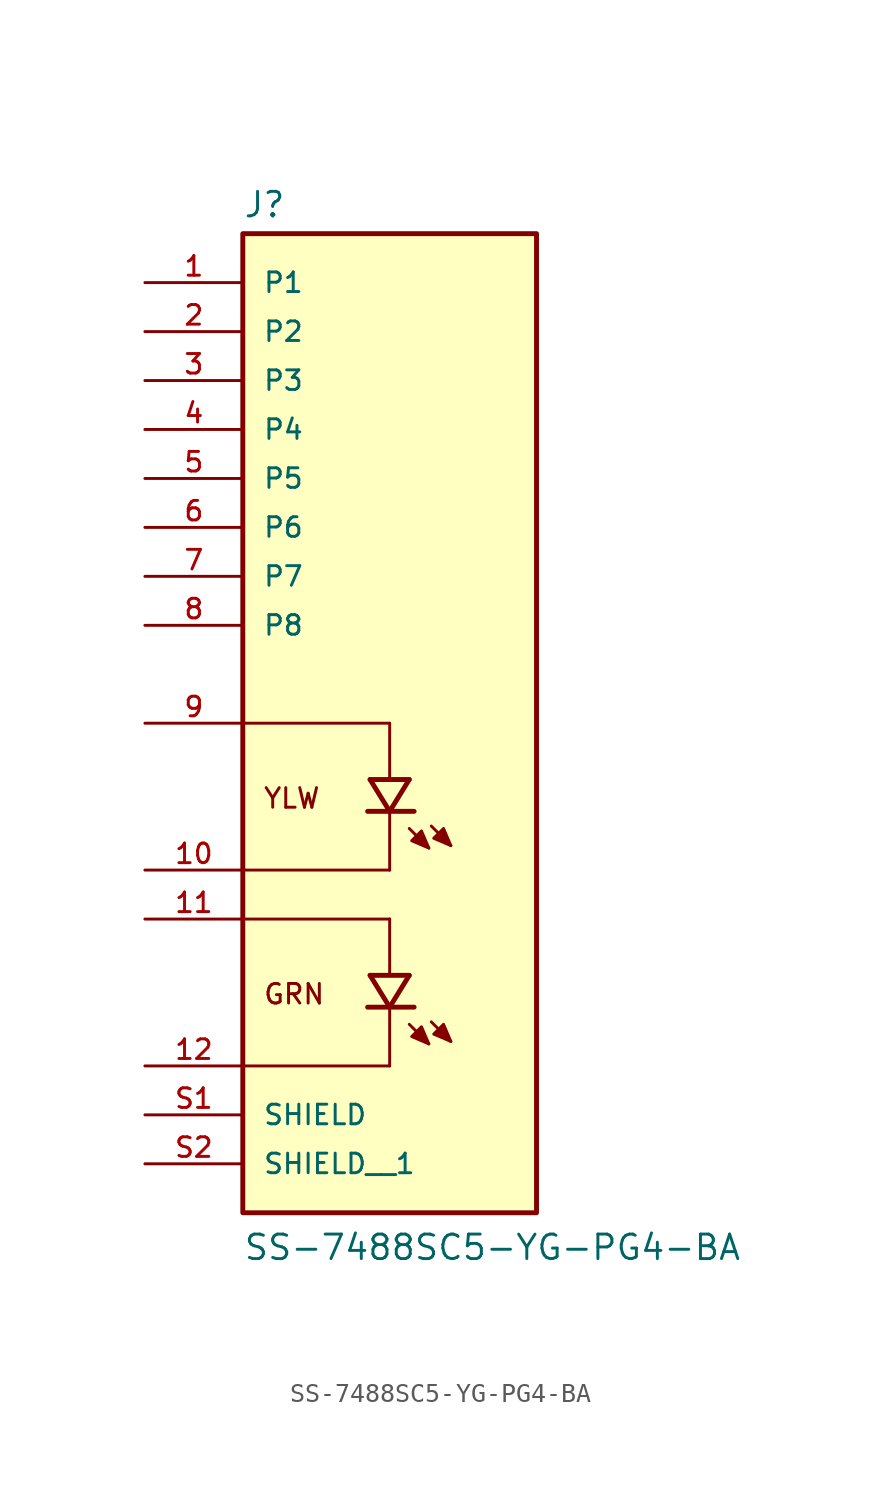
<source format=kicad_sym>
(kicad_symbol_lib
  (version 20211014)
  (generator kicad_symbol_editor)
  (symbol "SS-7488SC5-YG-PG4-BA"
    (pin_names
      (offset 1.016))
    (property "Reference" "J"
      (at -7.62 23.622 0)
      (effects (font (size 1.27 1.27)) (justify bottom left)))
    (property "Value" "SS-7488SC5-YG-PG4-BA"
      (at -7.62 -30.48 0)
      (effects (font (size 1.27 1.27)) (justify bottom left)))
    (symbol "SS-7488SC5-YG-PG4-BA_0_0"
      (polyline (pts (xy -1.016 -5.461) (xy 0.0 -7.112)) (stroke (width 0.254)))
      (polyline (pts (xy 0.0 -7.112) (xy 1.016 -5.461)) (stroke (width 0.254)))
      (polyline (pts (xy -1.143 -7.112) (xy 0.0 -7.112)) (stroke (width 0.254)))
      (polyline (pts (xy 0.0 -7.112) (xy 1.27 -7.112)) (stroke (width 0.254)))
      (polyline (pts (xy -1.016 -5.461) (xy 1.016 -5.461)) (stroke (width 0.254)))
      (polyline (pts (xy 0.0 -2.54) (xy 0.0 -5.334)) (stroke (width 0.152)))
      (polyline (pts (xy 0.0 -7.239) (xy 0.0 -10.16)) (stroke (width 0.152)))
      (polyline (pts (xy 1.016 -8.001) (xy 2.032 -9.017)) (stroke (width 0.152)))
      (polyline (pts (xy 2.159 -7.874) (xy 3.175 -8.89)) (stroke (width 0.152)))
      (polyline (pts (xy 2.032 -9.017) (xy 1.143 -8.636) (xy 1.651 -8.128) (xy 2.032 -9.017)) (stroke (width 0.152)) (fill (type outline)))
      (polyline (pts (xy 3.175 -8.89) (xy 2.286 -8.509) (xy 2.794 -8.001) (xy 3.175 -8.89)) (stroke (width 0.152)) (fill (type outline)))
      (text "GRN" (at -6.604 -16.002 0) (effects (font (size 1.016 1.016)) (justify top left)))
      (polyline (pts (xy 0.0 -2.54) (xy -7.62 -2.54)) (stroke (width 0.152)))
      (polyline (pts (xy 0.0 -10.16) (xy -7.62 -10.16)) (stroke (width 0.152)))
      (polyline (pts (xy -1.016 -15.621) (xy 0.0 -17.272)) (stroke (width 0.254)))
      (polyline (pts (xy 0.0 -17.272) (xy 1.016 -15.621)) (stroke (width 0.254)))
      (polyline (pts (xy -1.143 -17.272) (xy 0.0 -17.272)) (stroke (width 0.254)))
      (polyline (pts (xy 0.0 -17.272) (xy 1.27 -17.272)) (stroke (width 0.254)))
      (polyline (pts (xy -1.016 -15.621) (xy 1.016 -15.621)) (stroke (width 0.254)))
      (polyline (pts (xy 0.0 -12.7) (xy 0.0 -15.494)) (stroke (width 0.152)))
      (polyline (pts (xy 0.0 -17.399) (xy 0.0 -20.32)) (stroke (width 0.152)))
      (polyline (pts (xy 1.016 -18.161) (xy 2.032 -19.177)) (stroke (width 0.152)))
      (polyline (pts (xy 2.159 -18.034) (xy 3.175 -19.05)) (stroke (width 0.152)))
      (polyline (pts (xy 2.032 -19.177) (xy 1.143 -18.796) (xy 1.651 -18.288) (xy 2.032 -19.177)) (stroke (width 0.152)) (fill (type outline)))
      (polyline (pts (xy 3.175 -19.05) (xy 2.286 -18.669) (xy 2.794 -18.161) (xy 3.175 -19.05)) (stroke (width 0.152)) (fill (type outline)))
      (text "YLW" (at -6.604 -5.842 0) (effects (font (size 1.016 1.016)) (justify top left)))
      (polyline (pts (xy 0.0 -12.7) (xy -7.62 -12.7)) (stroke (width 0.152)))
      (polyline (pts (xy 0.0 -20.32) (xy -7.62 -20.32)) (stroke (width 0.152)))
      (rectangle (start -7.62 -27.94) (end 7.62 22.86) (stroke (width 0.254)) (fill (type background)))
      (pin passive line (at -12.7 20.32 0) (length 5.08) (name "P1" (effects (font (size 1.016 1.016)))) (number "1" (effects (font (size 1.016 1.016)))))
      (pin passive line (at -12.7 17.78 0) (length 5.08) (name "P2" (effects (font (size 1.016 1.016)))) (number "2" (effects (font (size 1.016 1.016)))))
      (pin passive line (at -12.7 15.24 0) (length 5.08) (name "P3" (effects (font (size 1.016 1.016)))) (number "3" (effects (font (size 1.016 1.016)))))
      (pin passive line (at -12.7 12.7 0) (length 5.08) (name "P4" (effects (font (size 1.016 1.016)))) (number "4" (effects (font (size 1.016 1.016)))))
      (pin passive line (at -12.7 10.16 0) (length 5.08) (name "P5" (effects (font (size 1.016 1.016)))) (number "5" (effects (font (size 1.016 1.016)))))
      (pin passive line (at -12.7 7.62 0) (length 5.08) (name "P6" (effects (font (size 1.016 1.016)))) (number "6" (effects (font (size 1.016 1.016)))))
      (pin passive line (at -12.7 -22.86 0) (length 5.08) (name "SHIELD" (effects (font (size 1.016 1.016)))) (number "S1" (effects (font (size 1.016 1.016)))))
      (pin passive line (at -12.7 2.54 0) (length 5.08) (name "P8" (effects (font (size 1.016 1.016)))) (number "8" (effects (font (size 1.016 1.016)))))
      (pin passive line (at -12.7 -10.16 0) (length 5.08) (name "~" (effects (font (size 1.016 1.016)))) (number "10" (effects (font (size 1.016 1.016)))))
      (pin passive line (at -12.7 -2.54 0) (length 5.08) (name "~" (effects (font (size 1.016 1.016)))) (number "9" (effects (font (size 1.016 1.016)))))
      (pin passive line (at -12.7 5.08 0) (length 5.08) (name "P7" (effects (font (size 1.016 1.016)))) (number "7" (effects (font (size 1.016 1.016)))))
      (pin passive line (at -12.7 -20.32 0) (length 5.08) (name "~" (effects (font (size 1.016 1.016)))) (number "12" (effects (font (size 1.016 1.016)))))
      (pin passive line (at -12.7 -12.7 0) (length 5.08) (name "~" (effects (font (size 1.016 1.016)))) (number "11" (effects (font (size 1.016 1.016)))))
      (pin passive line (at -12.7 -25.4 0) (length 5.08) (name "SHIELD__1" (effects (font (size 1.016 1.016)))) (number "S2" (effects (font (size 1.016 1.016))))))))
</source>
